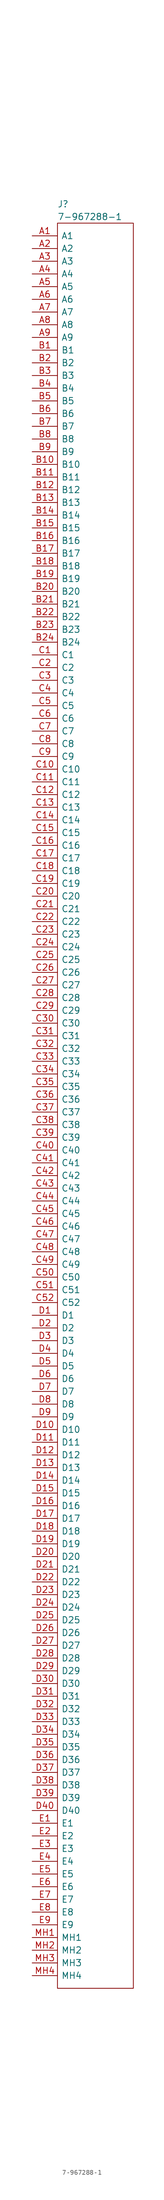
<source format=kicad_sym>
(kicad_symbol_lib
  (version 20210619)
  (generator kicad_symbol_editor)
  (symbol "7-967288-1:7-967288-1"
    (pin_names
      (offset 0.762))
    (property "Reference" "J"
      (at 5.08 6.35 0)
      (effects (font (size 1.27 1.27)) (justify left)))
    (property "Value" "7-967288-1"
      (at 5.08 3.81 0)
      (effects (font (size 1.27 1.27)) (justify left)))
    (symbol "7-967288-1_0_0"
      (pin passive line (at 0 0 0) (length 5.08) (name "A1" (effects (font (size 1.27 1.27)))) (number "A1" (effects (font (size 1.27 1.27)))))
      (pin passive line (at 0 -2.54 0) (length 5.08) (name "A2" (effects (font (size 1.27 1.27)))) (number "A2" (effects (font (size 1.27 1.27)))))
      (pin passive line (at 0 -5.08 0) (length 5.08) (name "A3" (effects (font (size 1.27 1.27)))) (number "A3" (effects (font (size 1.27 1.27)))))
      (pin passive line (at 0 -7.62 0) (length 5.08) (name "A4" (effects (font (size 1.27 1.27)))) (number "A4" (effects (font (size 1.27 1.27)))))
      (pin passive line (at 0 -10.16 0) (length 5.08) (name "A5" (effects (font (size 1.27 1.27)))) (number "A5" (effects (font (size 1.27 1.27)))))
      (pin passive line (at 0 -12.7 0) (length 5.08) (name "A6" (effects (font (size 1.27 1.27)))) (number "A6" (effects (font (size 1.27 1.27)))))
      (pin passive line (at 0 -15.24 0) (length 5.08) (name "A7" (effects (font (size 1.27 1.27)))) (number "A7" (effects (font (size 1.27 1.27)))))
      (pin passive line (at 0 -17.78 0) (length 5.08) (name "A8" (effects (font (size 1.27 1.27)))) (number "A8" (effects (font (size 1.27 1.27)))))
      (pin passive line (at 0 -20.32 0) (length 5.08) (name "A9" (effects (font (size 1.27 1.27)))) (number "A9" (effects (font (size 1.27 1.27)))))
      (pin passive line (at 0 -22.86 0) (length 5.08) (name "B1" (effects (font (size 1.27 1.27)))) (number "B1" (effects (font (size 1.27 1.27)))))
      (pin passive line (at 0 -45.72 0) (length 5.08) (name "B10" (effects (font (size 1.27 1.27)))) (number "B10" (effects (font (size 1.27 1.27)))))
      (pin passive line (at 0 -48.26 0) (length 5.08) (name "B11" (effects (font (size 1.27 1.27)))) (number "B11" (effects (font (size 1.27 1.27)))))
      (pin passive line (at 0 -50.8 0) (length 5.08) (name "B12" (effects (font (size 1.27 1.27)))) (number "B12" (effects (font (size 1.27 1.27)))))
      (pin passive line (at 0 -53.34 0) (length 5.08) (name "B13" (effects (font (size 1.27 1.27)))) (number "B13" (effects (font (size 1.27 1.27)))))
      (pin passive line (at 0 -55.88 0) (length 5.08) (name "B14" (effects (font (size 1.27 1.27)))) (number "B14" (effects (font (size 1.27 1.27)))))
      (pin passive line (at 0 -58.42 0) (length 5.08) (name "B15" (effects (font (size 1.27 1.27)))) (number "B15" (effects (font (size 1.27 1.27)))))
      (pin passive line (at 0 -60.96 0) (length 5.08) (name "B16" (effects (font (size 1.27 1.27)))) (number "B16" (effects (font (size 1.27 1.27)))))
      (pin passive line (at 0 -63.5 0) (length 5.08) (name "B17" (effects (font (size 1.27 1.27)))) (number "B17" (effects (font (size 1.27 1.27)))))
      (pin passive line (at 0 -66.04 0) (length 5.08) (name "B18" (effects (font (size 1.27 1.27)))) (number "B18" (effects (font (size 1.27 1.27)))))
      (pin passive line (at 0 -68.58 0) (length 5.08) (name "B19" (effects (font (size 1.27 1.27)))) (number "B19" (effects (font (size 1.27 1.27)))))
      (pin passive line (at 0 -25.4 0) (length 5.08) (name "B2" (effects (font (size 1.27 1.27)))) (number "B2" (effects (font (size 1.27 1.27)))))
      (pin passive line (at 0 -71.12 0) (length 5.08) (name "B20" (effects (font (size 1.27 1.27)))) (number "B20" (effects (font (size 1.27 1.27)))))
      (pin passive line (at 0 -73.66 0) (length 5.08) (name "B21" (effects (font (size 1.27 1.27)))) (number "B21" (effects (font (size 1.27 1.27)))))
      (pin passive line (at 0 -76.2 0) (length 5.08) (name "B22" (effects (font (size 1.27 1.27)))) (number "B22" (effects (font (size 1.27 1.27)))))
      (pin passive line (at 0 -78.74 0) (length 5.08) (name "B23" (effects (font (size 1.27 1.27)))) (number "B23" (effects (font (size 1.27 1.27)))))
      (pin passive line (at 0 -81.28 0) (length 5.08) (name "B24" (effects (font (size 1.27 1.27)))) (number "B24" (effects (font (size 1.27 1.27)))))
      (pin passive line (at 0 -27.94 0) (length 5.08) (name "B3" (effects (font (size 1.27 1.27)))) (number "B3" (effects (font (size 1.27 1.27)))))
      (pin passive line (at 0 -30.48 0) (length 5.08) (name "B4" (effects (font (size 1.27 1.27)))) (number "B4" (effects (font (size 1.27 1.27)))))
      (pin passive line (at 0 -33.02 0) (length 5.08) (name "B5" (effects (font (size 1.27 1.27)))) (number "B5" (effects (font (size 1.27 1.27)))))
      (pin passive line (at 0 -35.56 0) (length 5.08) (name "B6" (effects (font (size 1.27 1.27)))) (number "B6" (effects (font (size 1.27 1.27)))))
      (pin passive line (at 0 -38.1 0) (length 5.08) (name "B7" (effects (font (size 1.27 1.27)))) (number "B7" (effects (font (size 1.27 1.27)))))
      (pin passive line (at 0 -40.64 0) (length 5.08) (name "B8" (effects (font (size 1.27 1.27)))) (number "B8" (effects (font (size 1.27 1.27)))))
      (pin passive line (at 0 -43.18 0) (length 5.08) (name "B9" (effects (font (size 1.27 1.27)))) (number "B9" (effects (font (size 1.27 1.27)))))
      (pin passive line (at 0 -83.82 0) (length 5.08) (name "C1" (effects (font (size 1.27 1.27)))) (number "C1" (effects (font (size 1.27 1.27)))))
      (pin passive line (at 0 -106.68 0) (length 5.08) (name "C10" (effects (font (size 1.27 1.27)))) (number "C10" (effects (font (size 1.27 1.27)))))
      (pin passive line (at 0 -109.22 0) (length 5.08) (name "C11" (effects (font (size 1.27 1.27)))) (number "C11" (effects (font (size 1.27 1.27)))))
      (pin passive line (at 0 -111.76 0) (length 5.08) (name "C12" (effects (font (size 1.27 1.27)))) (number "C12" (effects (font (size 1.27 1.27)))))
      (pin passive line (at 0 -114.3 0) (length 5.08) (name "C13" (effects (font (size 1.27 1.27)))) (number "C13" (effects (font (size 1.27 1.27)))))
      (pin passive line (at 0 -116.84 0) (length 5.08) (name "C14" (effects (font (size 1.27 1.27)))) (number "C14" (effects (font (size 1.27 1.27)))))
      (pin passive line (at 0 -119.38 0) (length 5.08) (name "C15" (effects (font (size 1.27 1.27)))) (number "C15" (effects (font (size 1.27 1.27)))))
      (pin passive line (at 0 -121.92 0) (length 5.08) (name "C16" (effects (font (size 1.27 1.27)))) (number "C16" (effects (font (size 1.27 1.27)))))
      (pin passive line (at 0 -124.46 0) (length 5.08) (name "C17" (effects (font (size 1.27 1.27)))) (number "C17" (effects (font (size 1.27 1.27)))))
      (pin passive line (at 0 -127 0) (length 5.08) (name "C18" (effects (font (size 1.27 1.27)))) (number "C18" (effects (font (size 1.27 1.27)))))
      (pin passive line (at 0 -129.54 0) (length 5.08) (name "C19" (effects (font (size 1.27 1.27)))) (number "C19" (effects (font (size 1.27 1.27)))))
      (pin passive line (at 0 -86.36 0) (length 5.08) (name "C2" (effects (font (size 1.27 1.27)))) (number "C2" (effects (font (size 1.27 1.27)))))
      (pin passive line (at 0 -132.08 0) (length 5.08) (name "C20" (effects (font (size 1.27 1.27)))) (number "C20" (effects (font (size 1.27 1.27)))))
      (pin passive line (at 0 -134.62 0) (length 5.08) (name "C21" (effects (font (size 1.27 1.27)))) (number "C21" (effects (font (size 1.27 1.27)))))
      (pin passive line (at 0 -137.16 0) (length 5.08) (name "C22" (effects (font (size 1.27 1.27)))) (number "C22" (effects (font (size 1.27 1.27)))))
      (pin passive line (at 0 -139.7 0) (length 5.08) (name "C23" (effects (font (size 1.27 1.27)))) (number "C23" (effects (font (size 1.27 1.27)))))
      (pin passive line (at 0 -142.24 0) (length 5.08) (name "C24" (effects (font (size 1.27 1.27)))) (number "C24" (effects (font (size 1.27 1.27)))))
      (pin passive line (at 0 -144.78 0) (length 5.08) (name "C25" (effects (font (size 1.27 1.27)))) (number "C25" (effects (font (size 1.27 1.27)))))
      (pin passive line (at 0 -147.32 0) (length 5.08) (name "C26" (effects (font (size 1.27 1.27)))) (number "C26" (effects (font (size 1.27 1.27)))))
      (pin passive line (at 0 -149.86 0) (length 5.08) (name "C27" (effects (font (size 1.27 1.27)))) (number "C27" (effects (font (size 1.27 1.27)))))
      (pin passive line (at 0 -152.4 0) (length 5.08) (name "C28" (effects (font (size 1.27 1.27)))) (number "C28" (effects (font (size 1.27 1.27)))))
      (pin passive line (at 0 -154.94 0) (length 5.08) (name "C29" (effects (font (size 1.27 1.27)))) (number "C29" (effects (font (size 1.27 1.27)))))
      (pin passive line (at 0 -88.9 0) (length 5.08) (name "C3" (effects (font (size 1.27 1.27)))) (number "C3" (effects (font (size 1.27 1.27)))))
      (pin passive line (at 0 -157.48 0) (length 5.08) (name "C30" (effects (font (size 1.27 1.27)))) (number "C30" (effects (font (size 1.27 1.27)))))
      (pin passive line (at 0 -160.02 0) (length 5.08) (name "C31" (effects (font (size 1.27 1.27)))) (number "C31" (effects (font (size 1.27 1.27)))))
      (pin passive line (at 0 -162.56 0) (length 5.08) (name "C32" (effects (font (size 1.27 1.27)))) (number "C32" (effects (font (size 1.27 1.27)))))
      (pin passive line (at 0 -165.1 0) (length 5.08) (name "C33" (effects (font (size 1.27 1.27)))) (number "C33" (effects (font (size 1.27 1.27)))))
      (pin passive line (at 0 -167.64 0) (length 5.08) (name "C34" (effects (font (size 1.27 1.27)))) (number "C34" (effects (font (size 1.27 1.27)))))
      (pin passive line (at 0 -170.18 0) (length 5.08) (name "C35" (effects (font (size 1.27 1.27)))) (number "C35" (effects (font (size 1.27 1.27)))))
      (pin passive line (at 0 -172.72 0) (length 5.08) (name "C36" (effects (font (size 1.27 1.27)))) (number "C36" (effects (font (size 1.27 1.27)))))
      (pin passive line (at 0 -175.26 0) (length 5.08) (name "C37" (effects (font (size 1.27 1.27)))) (number "C37" (effects (font (size 1.27 1.27)))))
      (pin passive line (at 0 -177.8 0) (length 5.08) (name "C38" (effects (font (size 1.27 1.27)))) (number "C38" (effects (font (size 1.27 1.27)))))
      (pin passive line (at 0 -180.34 0) (length 5.08) (name "C39" (effects (font (size 1.27 1.27)))) (number "C39" (effects (font (size 1.27 1.27)))))
      (pin passive line (at 0 -91.44 0) (length 5.08) (name "C4" (effects (font (size 1.27 1.27)))) (number "C4" (effects (font (size 1.27 1.27)))))
      (pin passive line (at 0 -182.88 0) (length 5.08) (name "C40" (effects (font (size 1.27 1.27)))) (number "C40" (effects (font (size 1.27 1.27)))))
      (pin passive line (at 0 -185.42 0) (length 5.08) (name "C41" (effects (font (size 1.27 1.27)))) (number "C41" (effects (font (size 1.27 1.27)))))
      (pin passive line (at 0 -187.96 0) (length 5.08) (name "C42" (effects (font (size 1.27 1.27)))) (number "C42" (effects (font (size 1.27 1.27)))))
      (pin passive line (at 0 -190.5 0) (length 5.08) (name "C43" (effects (font (size 1.27 1.27)))) (number "C43" (effects (font (size 1.27 1.27)))))
      (pin passive line (at 0 -193.04 0) (length 5.08) (name "C44" (effects (font (size 1.27 1.27)))) (number "C44" (effects (font (size 1.27 1.27)))))
      (pin passive line (at 0 -195.58 0) (length 5.08) (name "C45" (effects (font (size 1.27 1.27)))) (number "C45" (effects (font (size 1.27 1.27)))))
      (pin passive line (at 0 -198.12 0) (length 5.08) (name "C46" (effects (font (size 1.27 1.27)))) (number "C46" (effects (font (size 1.27 1.27)))))
      (pin passive line (at 0 -200.66 0) (length 5.08) (name "C47" (effects (font (size 1.27 1.27)))) (number "C47" (effects (font (size 1.27 1.27)))))
      (pin passive line (at 0 -203.2 0) (length 5.08) (name "C48" (effects (font (size 1.27 1.27)))) (number "C48" (effects (font (size 1.27 1.27)))))
      (pin passive line (at 0 -205.74 0) (length 5.08) (name "C49" (effects (font (size 1.27 1.27)))) (number "C49" (effects (font (size 1.27 1.27)))))
      (pin passive line (at 0 -93.98 0) (length 5.08) (name "C5" (effects (font (size 1.27 1.27)))) (number "C5" (effects (font (size 1.27 1.27)))))
      (pin passive line (at 0 -208.28 0) (length 5.08) (name "C50" (effects (font (size 1.27 1.27)))) (number "C50" (effects (font (size 1.27 1.27)))))
      (pin passive line (at 0 -210.82 0) (length 5.08) (name "C51" (effects (font (size 1.27 1.27)))) (number "C51" (effects (font (size 1.27 1.27)))))
      (pin passive line (at 0 -213.36 0) (length 5.08) (name "C52" (effects (font (size 1.27 1.27)))) (number "C52" (effects (font (size 1.27 1.27)))))
      (pin passive line (at 0 -96.52 0) (length 5.08) (name "C6" (effects (font (size 1.27 1.27)))) (number "C6" (effects (font (size 1.27 1.27)))))
      (pin passive line (at 0 -99.06 0) (length 5.08) (name "C7" (effects (font (size 1.27 1.27)))) (number "C7" (effects (font (size 1.27 1.27)))))
      (pin passive line (at 0 -101.6 0) (length 5.08) (name "C8" (effects (font (size 1.27 1.27)))) (number "C8" (effects (font (size 1.27 1.27)))))
      (pin passive line (at 0 -104.14 0) (length 5.08) (name "C9" (effects (font (size 1.27 1.27)))) (number "C9" (effects (font (size 1.27 1.27)))))
      (pin passive line (at 0 -215.9 0) (length 5.08) (name "D1" (effects (font (size 1.27 1.27)))) (number "D1" (effects (font (size 1.27 1.27)))))
      (pin passive line (at 0 -238.76 0) (length 5.08) (name "D10" (effects (font (size 1.27 1.27)))) (number "D10" (effects (font (size 1.27 1.27)))))
      (pin passive line (at 0 -241.3 0) (length 5.08) (name "D11" (effects (font (size 1.27 1.27)))) (number "D11" (effects (font (size 1.27 1.27)))))
      (pin passive line (at 0 -243.84 0) (length 5.08) (name "D12" (effects (font (size 1.27 1.27)))) (number "D12" (effects (font (size 1.27 1.27)))))
      (pin passive line (at 0 -246.38 0) (length 5.08) (name "D13" (effects (font (size 1.27 1.27)))) (number "D13" (effects (font (size 1.27 1.27)))))
      (pin passive line (at 0 -248.92 0) (length 5.08) (name "D14" (effects (font (size 1.27 1.27)))) (number "D14" (effects (font (size 1.27 1.27)))))
      (pin passive line (at 0 -251.46 0) (length 5.08) (name "D15" (effects (font (size 1.27 1.27)))) (number "D15" (effects (font (size 1.27 1.27)))))
      (pin passive line (at 0 -254 0) (length 5.08) (name "D16" (effects (font (size 1.27 1.27)))) (number "D16" (effects (font (size 1.27 1.27)))))
      (pin passive line (at 0 -256.54 0) (length 5.08) (name "D17" (effects (font (size 1.27 1.27)))) (number "D17" (effects (font (size 1.27 1.27)))))
      (pin passive line (at 0 -259.08 0) (length 5.08) (name "D18" (effects (font (size 1.27 1.27)))) (number "D18" (effects (font (size 1.27 1.27)))))
      (pin passive line (at 0 -261.62 0) (length 5.08) (name "D19" (effects (font (size 1.27 1.27)))) (number "D19" (effects (font (size 1.27 1.27)))))
      (pin passive line (at 0 -218.44 0) (length 5.08) (name "D2" (effects (font (size 1.27 1.27)))) (number "D2" (effects (font (size 1.27 1.27)))))
      (pin passive line (at 0 -264.16 0) (length 5.08) (name "D20" (effects (font (size 1.27 1.27)))) (number "D20" (effects (font (size 1.27 1.27)))))
      (pin passive line (at 0 -266.7 0) (length 5.08) (name "D21" (effects (font (size 1.27 1.27)))) (number "D21" (effects (font (size 1.27 1.27)))))
      (pin passive line (at 0 -269.24 0) (length 5.08) (name "D22" (effects (font (size 1.27 1.27)))) (number "D22" (effects (font (size 1.27 1.27)))))
      (pin passive line (at 0 -271.78 0) (length 5.08) (name "D23" (effects (font (size 1.27 1.27)))) (number "D23" (effects (font (size 1.27 1.27)))))
      (pin passive line (at 0 -274.32 0) (length 5.08) (name "D24" (effects (font (size 1.27 1.27)))) (number "D24" (effects (font (size 1.27 1.27)))))
      (pin passive line (at 0 -276.86 0) (length 5.08) (name "D25" (effects (font (size 1.27 1.27)))) (number "D25" (effects (font (size 1.27 1.27)))))
      (pin passive line (at 0 -279.4 0) (length 5.08) (name "D26" (effects (font (size 1.27 1.27)))) (number "D26" (effects (font (size 1.27 1.27)))))
      (pin passive line (at 0 -281.94 0) (length 5.08) (name "D27" (effects (font (size 1.27 1.27)))) (number "D27" (effects (font (size 1.27 1.27)))))
      (pin passive line (at 0 -284.48 0) (length 5.08) (name "D28" (effects (font (size 1.27 1.27)))) (number "D28" (effects (font (size 1.27 1.27)))))
      (pin passive line (at 0 -287.02 0) (length 5.08) (name "D29" (effects (font (size 1.27 1.27)))) (number "D29" (effects (font (size 1.27 1.27)))))
      (pin passive line (at 0 -220.98 0) (length 5.08) (name "D3" (effects (font (size 1.27 1.27)))) (number "D3" (effects (font (size 1.27 1.27)))))
      (pin passive line (at 0 -289.56 0) (length 5.08) (name "D30" (effects (font (size 1.27 1.27)))) (number "D30" (effects (font (size 1.27 1.27)))))
      (pin passive line (at 0 -292.1 0) (length 5.08) (name "D31" (effects (font (size 1.27 1.27)))) (number "D31" (effects (font (size 1.27 1.27)))))
      (pin passive line (at 0 -294.64 0) (length 5.08) (name "D32" (effects (font (size 1.27 1.27)))) (number "D32" (effects (font (size 1.27 1.27)))))
      (pin passive line (at 0 -297.18 0) (length 5.08) (name "D33" (effects (font (size 1.27 1.27)))) (number "D33" (effects (font (size 1.27 1.27)))))
      (pin passive line (at 0 -299.72 0) (length 5.08) (name "D34" (effects (font (size 1.27 1.27)))) (number "D34" (effects (font (size 1.27 1.27)))))
      (pin passive line (at 0 -302.26 0) (length 5.08) (name "D35" (effects (font (size 1.27 1.27)))) (number "D35" (effects (font (size 1.27 1.27)))))
      (pin passive line (at 0 -304.8 0) (length 5.08) (name "D36" (effects (font (size 1.27 1.27)))) (number "D36" (effects (font (size 1.27 1.27)))))
      (pin passive line (at 0 -307.34 0) (length 5.08) (name "D37" (effects (font (size 1.27 1.27)))) (number "D37" (effects (font (size 1.27 1.27)))))
      (pin passive line (at 0 -309.88 0) (length 5.08) (name "D38" (effects (font (size 1.27 1.27)))) (number "D38" (effects (font (size 1.27 1.27)))))
      (pin passive line (at 0 -312.42 0) (length 5.08) (name "D39" (effects (font (size 1.27 1.27)))) (number "D39" (effects (font (size 1.27 1.27)))))
      (pin passive line (at 0 -223.52 0) (length 5.08) (name "D4" (effects (font (size 1.27 1.27)))) (number "D4" (effects (font (size 1.27 1.27)))))
      (pin passive line (at 0 -314.96 0) (length 5.08) (name "D40" (effects (font (size 1.27 1.27)))) (number "D40" (effects (font (size 1.27 1.27)))))
      (pin passive line (at 0 -226.06 0) (length 5.08) (name "D5" (effects (font (size 1.27 1.27)))) (number "D5" (effects (font (size 1.27 1.27)))))
      (pin passive line (at 0 -228.6 0) (length 5.08) (name "D6" (effects (font (size 1.27 1.27)))) (number "D6" (effects (font (size 1.27 1.27)))))
      (pin passive line (at 0 -231.14 0) (length 5.08) (name "D7" (effects (font (size 1.27 1.27)))) (number "D7" (effects (font (size 1.27 1.27)))))
      (pin passive line (at 0 -233.68 0) (length 5.08) (name "D8" (effects (font (size 1.27 1.27)))) (number "D8" (effects (font (size 1.27 1.27)))))
      (pin passive line (at 0 -236.22 0) (length 5.08) (name "D9" (effects (font (size 1.27 1.27)))) (number "D9" (effects (font (size 1.27 1.27)))))
      (pin passive line (at 0 -317.5 0) (length 5.08) (name "E1" (effects (font (size 1.27 1.27)))) (number "E1" (effects (font (size 1.27 1.27)))))
      (pin passive line (at 0 -320.04 0) (length 5.08) (name "E2" (effects (font (size 1.27 1.27)))) (number "E2" (effects (font (size 1.27 1.27)))))
      (pin passive line (at 0 -322.58 0) (length 5.08) (name "E3" (effects (font (size 1.27 1.27)))) (number "E3" (effects (font (size 1.27 1.27)))))
      (pin passive line (at 0 -325.12 0) (length 5.08) (name "E4" (effects (font (size 1.27 1.27)))) (number "E4" (effects (font (size 1.27 1.27)))))
      (pin passive line (at 0 -327.66 0) (length 5.08) (name "E5" (effects (font (size 1.27 1.27)))) (number "E5" (effects (font (size 1.27 1.27)))))
      (pin passive line (at 0 -330.2 0) (length 5.08) (name "E6" (effects (font (size 1.27 1.27)))) (number "E6" (effects (font (size 1.27 1.27)))))
      (pin passive line (at 0 -332.74 0) (length 5.08) (name "E7" (effects (font (size 1.27 1.27)))) (number "E7" (effects (font (size 1.27 1.27)))))
      (pin passive line (at 0 -335.28 0) (length 5.08) (name "E8" (effects (font (size 1.27 1.27)))) (number "E8" (effects (font (size 1.27 1.27)))))
      (pin passive line (at 0 -337.82 0) (length 5.08) (name "E9" (effects (font (size 1.27 1.27)))) (number "E9" (effects (font (size 1.27 1.27)))))
      (pin passive line (at 0 -340.36 0) (length 5.08) (name "MH1" (effects (font (size 1.27 1.27)))) (number "MH1" (effects (font (size 1.27 1.27)))))
      (pin passive line (at 0 -342.9 0) (length 5.08) (name "MH2" (effects (font (size 1.27 1.27)))) (number "MH2" (effects (font (size 1.27 1.27)))))
      (pin passive line (at 0 -345.44 0) (length 5.08) (name "MH3" (effects (font (size 1.27 1.27)))) (number "MH3" (effects (font (size 1.27 1.27)))))
      (pin passive line (at 0 -347.98 0) (length 5.08) (name "MH4" (effects (font (size 1.27 1.27)))) (number "MH4" (effects (font (size 1.27 1.27))))))
    (symbol "7-967288-1_0_1"
      (polyline (pts (xy 5.08 2.54) (xy 20.32 2.54) (xy 20.32 -350.52) (xy 5.08 -350.52) (xy 5.08 2.54)) (stroke (width 0.152)) (fill (type none))))))
</source>
